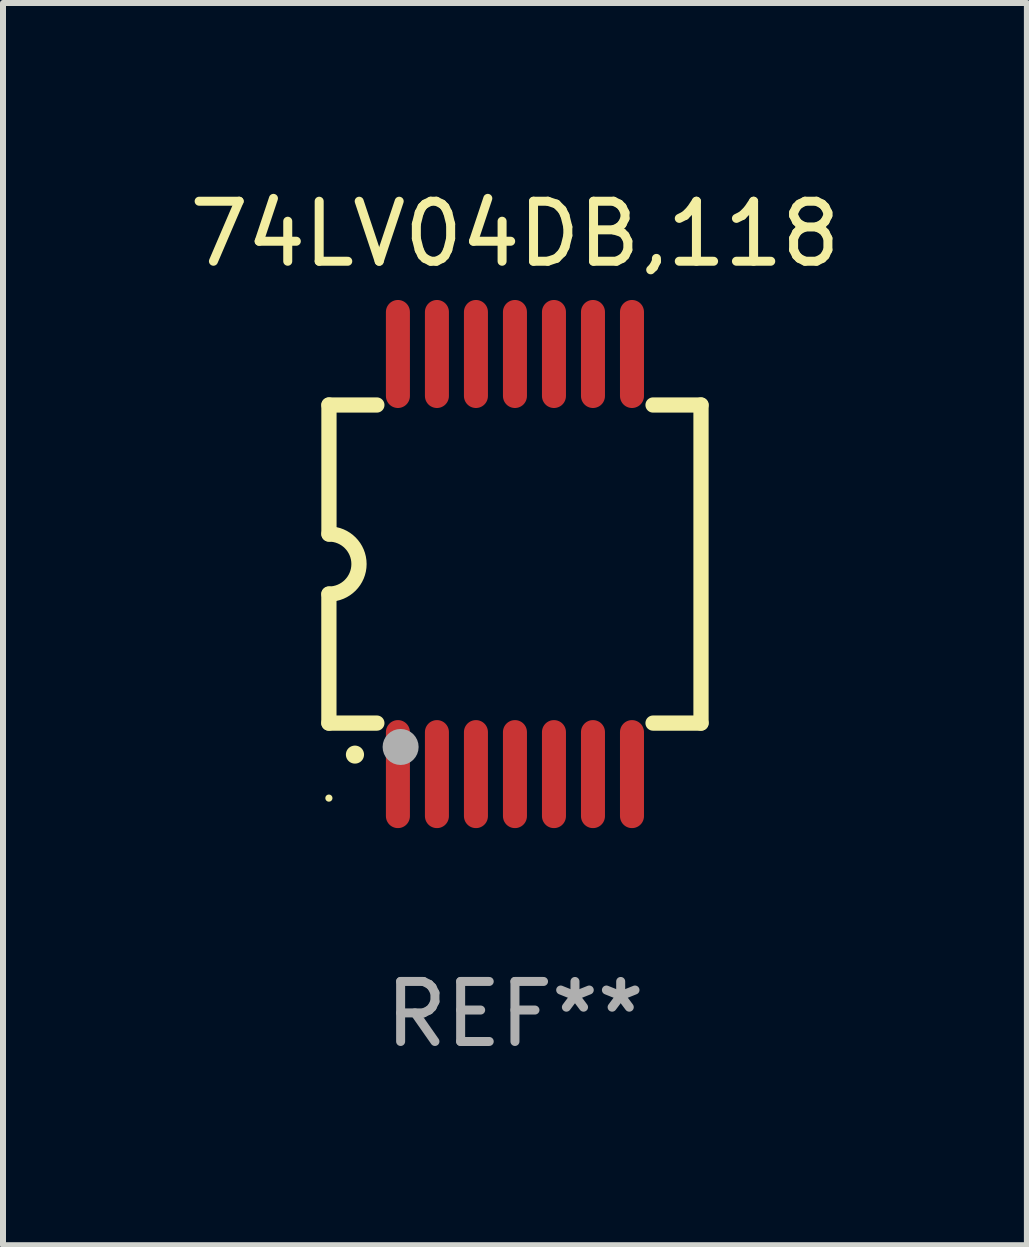
<source format=kicad_pcb>
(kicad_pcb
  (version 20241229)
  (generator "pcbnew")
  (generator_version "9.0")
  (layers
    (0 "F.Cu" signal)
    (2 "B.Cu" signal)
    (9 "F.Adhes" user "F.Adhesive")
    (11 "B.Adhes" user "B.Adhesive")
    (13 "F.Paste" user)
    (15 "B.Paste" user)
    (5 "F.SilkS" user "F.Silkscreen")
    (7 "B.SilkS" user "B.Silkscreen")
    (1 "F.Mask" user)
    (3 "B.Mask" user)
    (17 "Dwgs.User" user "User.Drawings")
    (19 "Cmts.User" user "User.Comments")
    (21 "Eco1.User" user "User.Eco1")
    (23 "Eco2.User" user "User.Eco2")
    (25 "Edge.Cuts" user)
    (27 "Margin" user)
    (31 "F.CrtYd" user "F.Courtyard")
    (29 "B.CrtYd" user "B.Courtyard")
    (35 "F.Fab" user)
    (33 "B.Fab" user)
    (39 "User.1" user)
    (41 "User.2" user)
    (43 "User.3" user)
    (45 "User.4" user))
  (footprint "74LV04DB,118"
    (layer "F.Cu")
    (at 5.53 6.348)
    (property "Reference" "74LV04DB,118" (at 0 -5.5 0) (layer "F.SilkS") (effects (font (size 1 1) (thickness 0.15))))
    (attr through_hole)
    (fp_line (start -3.1 2.65) (end -3.1 0.5) (stroke (width 0.254) (type solid)) (layer "F.SilkS"))
    (fp_line (start -3.099 -2.65) (end -2.301 -2.65) (stroke (width 0.254) (type solid)) (layer "F.SilkS"))
    (fp_line (start -3.099 -0.5) (end -3.099 -2.65) (stroke (width 0.254) (type solid)) (layer "F.SilkS"))
    (fp_line (start -2.301 2.65) (end -3.1 2.65) (stroke (width 0.254) (type solid)) (layer "F.SilkS"))
    (fp_line (start 2.301 -2.65) (end 3.1 -2.65) (stroke (width 0.254) (type solid)) (layer "F.SilkS"))
    (fp_line (start 3.1 -2.65) (end 3.1 2.65) (stroke (width 0.254) (type solid)) (layer "F.SilkS"))
    (fp_line (start 3.1 2.65) (end 2.301 2.65) (stroke (width 0.254) (type solid)) (layer "F.SilkS"))
    (fp_arc (start -3.098806 -0.500381) (mid -2.598806 0) (end -3.098806 0.500381) (stroke (width 0.254001) (type solid)) (layer "F.SilkS"))
    (fp_arc (start -2.667005 3.175006) (mid -2.665735 3.175001) (end -2.664465 3.175006) (stroke (width 0.3) (type solid)) (layer "F.SilkS"))
    (fp_circle (center -3.1 3.9) (end -3.07 3.9) (stroke (width 0.06) (type solid)) (fill no) (layer "F.SilkS"))
    (fp_circle (center -1.905 3.048) (end -1.755 3.048) (stroke (width 0.3) (type solid)) (fill no) (layer "F.Fab"))
    (fp_text user "REF**" (at 0 7.5 0) (layer "F.Fab") (effects (font (size 1 1) (thickness 0.15))))
    (pad "1" smd oval (at -1.95 3.5 270) (size 1.8 0.4) (layers "F.Cu" "F.Mask" "F.Paste"))
    (pad "2" smd oval (at -1.3 3.5 270) (size 1.8 0.4) (layers "F.Cu" "F.Mask" "F.Paste"))
    (pad "3" smd oval (at -0.65 3.5 270) (size 1.8 0.4) (layers "F.Cu" "F.Mask" "F.Paste"))
    (pad "4" smd oval (at 0 3.5 270) (size 1.8 0.4) (layers "F.Cu" "F.Mask" "F.Paste"))
    (pad "5" smd oval (at 0.65 3.5 270) (size 1.8 0.4) (layers "F.Cu" "F.Mask" "F.Paste"))
    (pad "6" smd oval (at 1.3 3.5 270) (size 1.8 0.4) (layers "F.Cu" "F.Mask" "F.Paste"))
    (pad "7" smd oval (at 1.95 3.5 270) (size 1.8 0.4) (layers "F.Cu" "F.Mask" "F.Paste"))
    (pad "8" smd oval (at 1.95 -3.5 90) (size 1.8 0.4) (layers "F.Cu" "F.Mask" "F.Paste"))
    (pad "9" smd oval (at 1.3 -3.5 90) (size 1.8 0.4) (layers "F.Cu" "F.Mask" "F.Paste"))
    (pad "10" smd oval (at 0.65 -3.5 90) (size 1.8 0.4) (layers "F.Cu" "F.Mask" "F.Paste"))
    (pad "11" smd oval (at 0 -3.5 90) (size 1.8 0.4) (layers "F.Cu" "F.Mask" "F.Paste"))
    (pad "12" smd oval (at -0.65 -3.5 90) (size 1.8 0.4) (layers "F.Cu" "F.Mask" "F.Paste"))
    (pad "13" smd oval (at -1.3 -3.5 90) (size 1.8 0.4) (layers "F.Cu" "F.Mask" "F.Paste"))
    (pad "14" smd oval (at -1.95 -3.5 90) (size 1.8 0.4) (layers "F.Cu" "F.Mask" "F.Paste")))
  (gr_rect
    (start -3 -3)
    (end 14.06 17.697)
    (stroke (width 0.1) (type default))
    (fill no)
    (layer "Edge.Cuts")))
</source>
